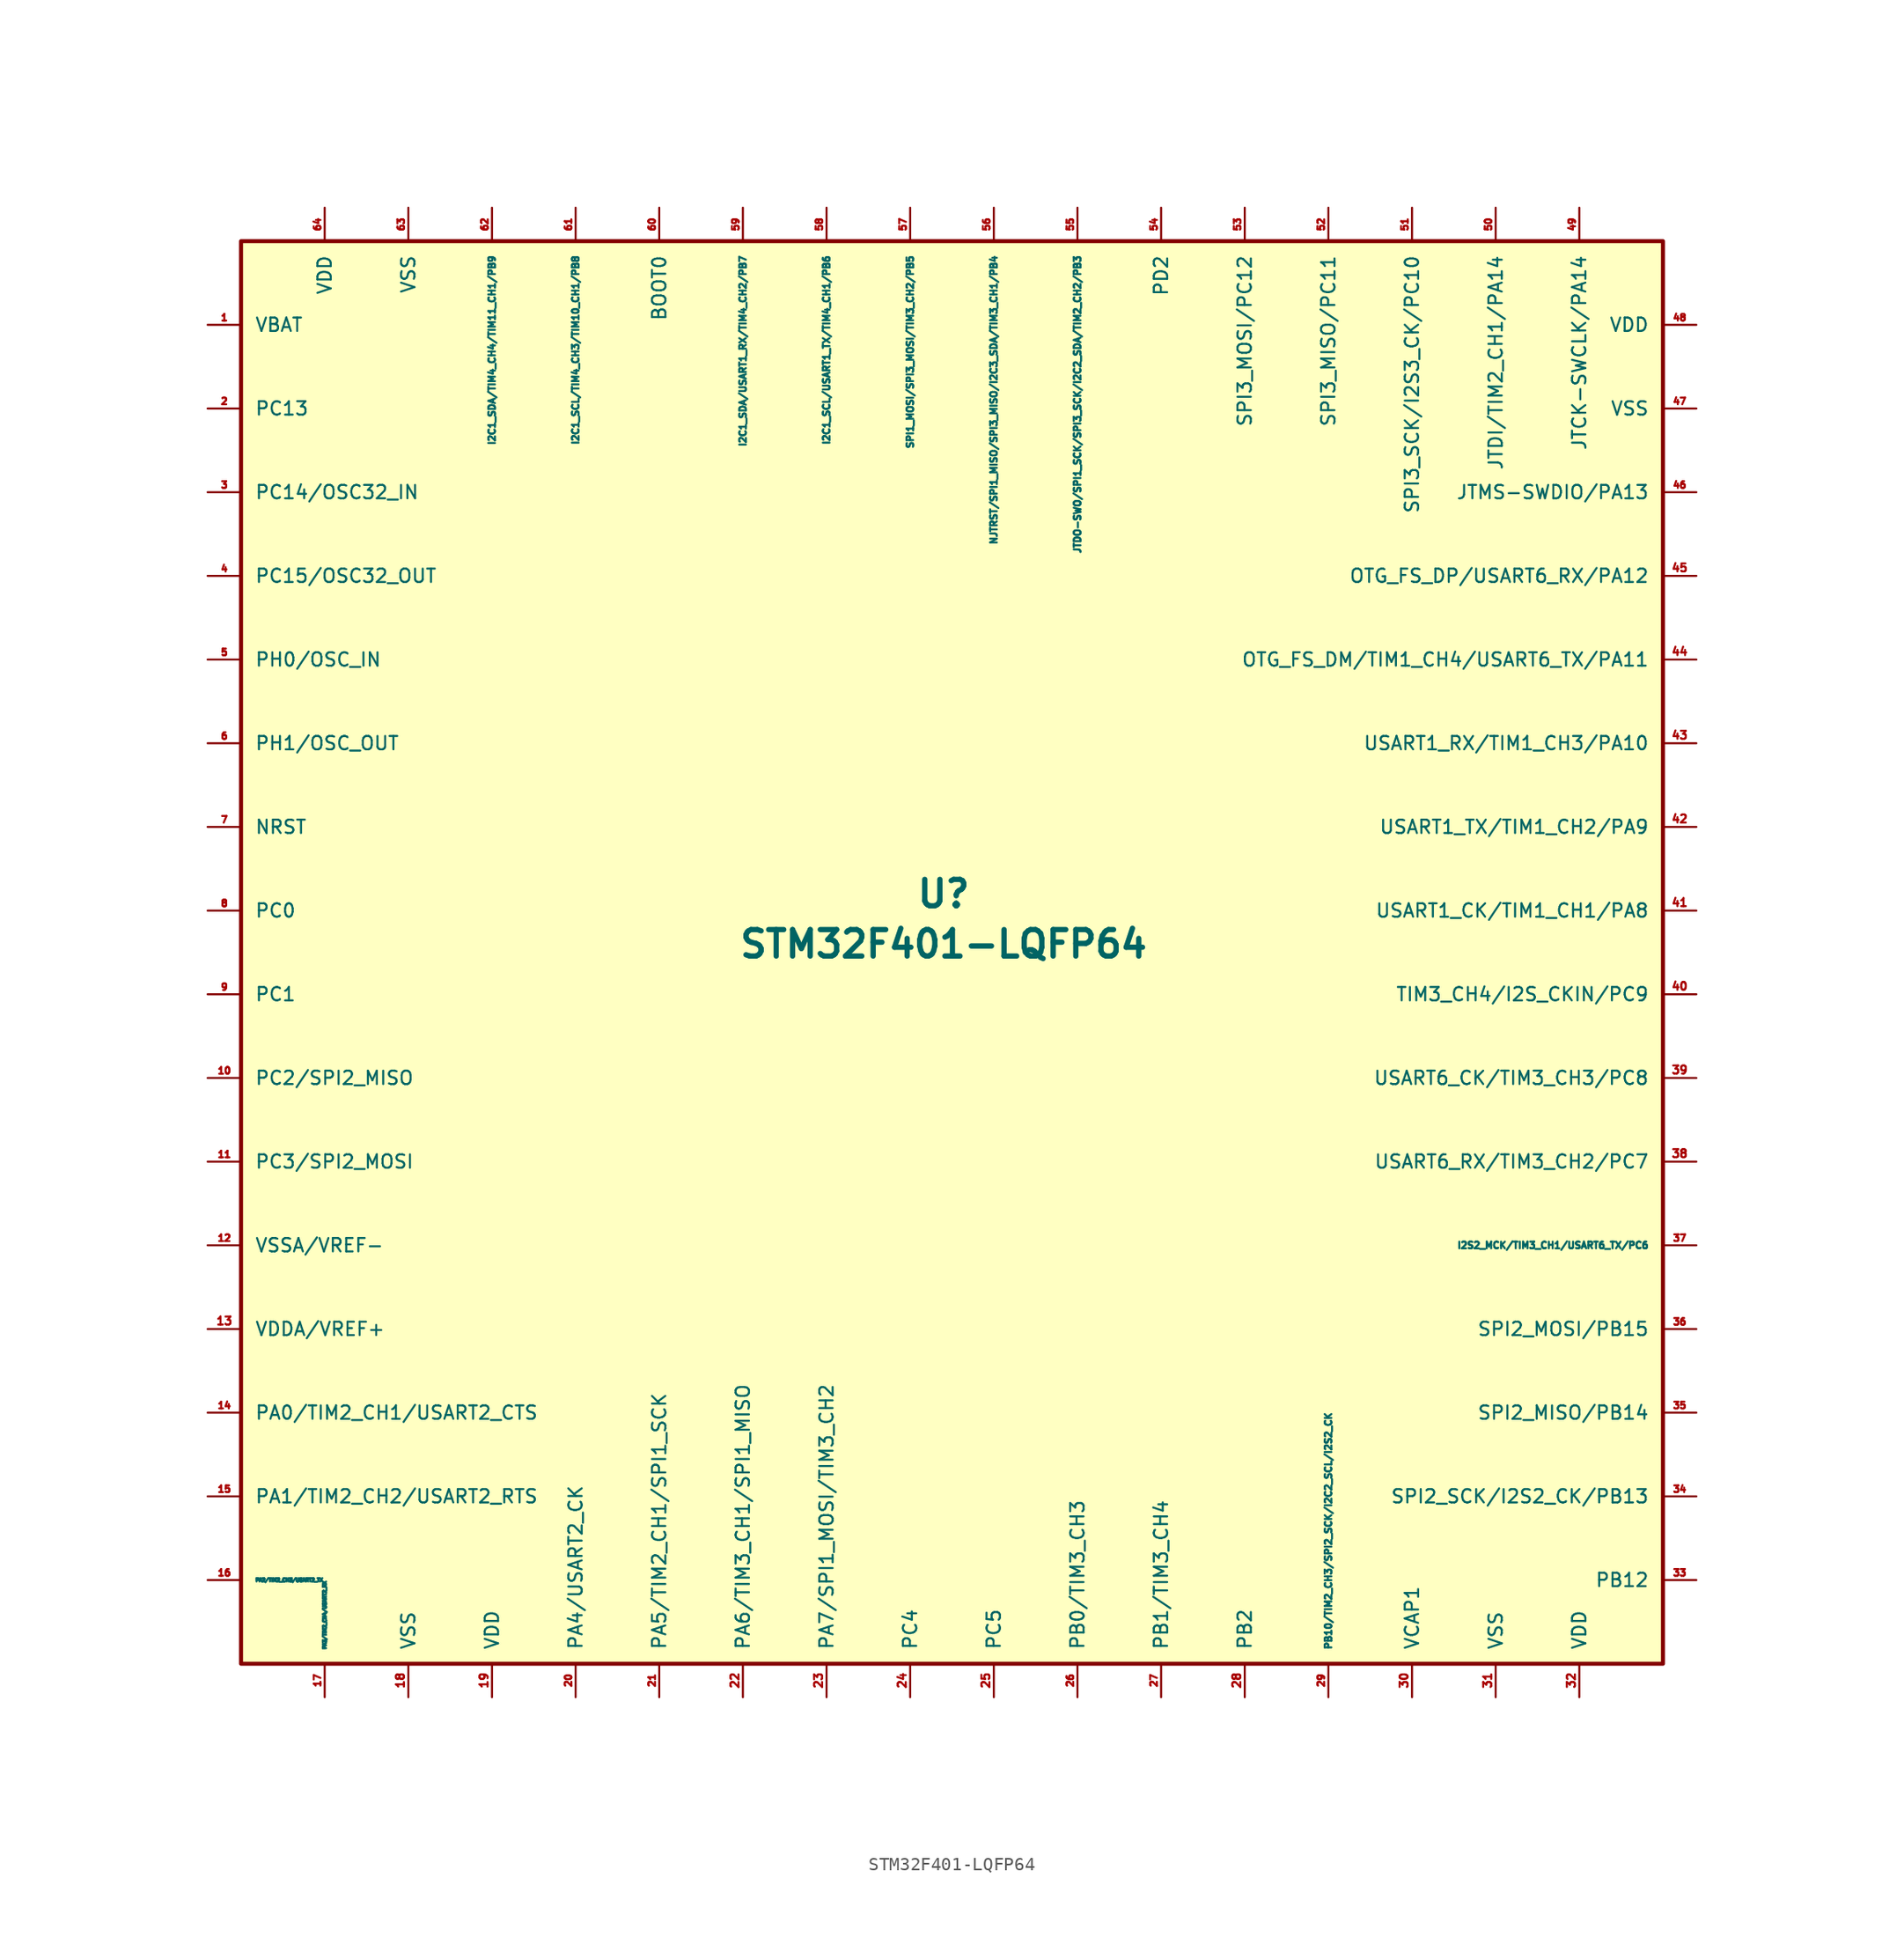
<source format=kicad_sym>
(kicad_symbol_lib
  (version 20201005)
  (generator kicad_symbol_editor)
  (symbol "acheronSymbols:STM32F401-LQFP64"
    (pin_names
      (offset 1.016))
    (property "Reference" "U"
      (at -0.635 4.445 0)
      (effects (font (size 2.007 2.007) bold)))
    (property "Value" "STM32F401-LQFP64"
      (at -0.635 0.635 0)
      (effects (font (size 2.007 2.007) bold)))
    (symbol "STM32F401-LQFP64_0_1"
      (rectangle (start -53.975 53.975) (end 53.975 -53.975) (stroke (width 0.305)) (fill (type background))))
    (symbol "STM32F401-LQFP64_1_1"
      (pin power_in line (at -56.515 47.625 0) (length 2.54) (name "VBAT" (effects (font (size 1.016 1.016)))) (number "1" (effects (font (size 0.508 0.508)))))
      (pin bidirectional line (at -56.515 -9.525 0) (length 2.54) (name "PC2/SPI2_MISO" (effects (font (size 1.016 1.016)))) (number "10" (effects (font (size 0.508 0.508)))) (alternate "PC2/SPI2_MISO" input line))
      (pin bidirectional line (at -56.515 -15.875 0) (length 2.54) (name "PC3/SPI2_MOSI" (effects (font (size 1.016 1.016)))) (number "11" (effects (font (size 0.508 0.508)))))
      (pin bidirectional line (at -56.515 -22.225 0) (length 2.54) (name "VSSA/VREF-" (effects (font (size 1.016 1.016)))) (number "12" (effects (font (size 0.508 0.508)))))
      (pin bidirectional line (at -56.515 -28.575 0) (length 2.54) (name "VDDA/VREF+" (effects (font (size 1.016 1.016)))) (number "13" (effects (font (size 0.61 0.61)))))
      (pin bidirectional line (at -56.515 -34.925 0) (length 2.54) (name "PA0/TIM2_CH1/USART2_CTS" (effects (font (size 1.016 1.016)))) (number "14" (effects (font (size 0.508 0.508)))))
      (pin bidirectional line (at -56.515 -41.275 0) (length 2.54) (name "PA1/TIM2_CH2/USART2_RTS" (effects (font (size 1.016 1.016)))) (number "15" (effects (font (size 0.508 0.508)))))
      (pin bidirectional line (at -56.515 -47.625 0) (length 2.54) (name "PA2/TIM2_CH3/USART2_TX" (effects (font (size 0.254 0.254)))) (number "16" (effects (font (size 0.508 0.508)))))
      (pin bidirectional line (at -47.625 -56.515 90) (length 2.54) (name "PA3/TIM2_CH4/USART2_RX" (effects (font (size 0.254 0.254)))) (number "17" (effects (font (size 0.508 0.508)))))
      (pin power_out line (at -41.275 -56.515 90) (length 2.54) (name "VSS" (effects (font (size 1.016 1.016)))) (number "18" (effects (font (size 0.61 0.61)))))
      (pin power_in line (at -34.925 -56.515 90) (length 2.54) (name "VDD" (effects (font (size 1.016 1.016)))) (number "19" (effects (font (size 0.61 0.61)))))
      (pin bidirectional line (at -56.515 41.275 0) (length 2.54) (name "PC13" (effects (font (size 1.016 1.016)))) (number "2" (effects (font (size 0.508 0.508)))))
      (pin bidirectional line (at -28.575 -56.515 90) (length 2.54) (name "PA4/USART2_CK" (effects (font (size 1.016 1.016)))) (number "20" (effects (font (size 0.508 0.508)))))
      (pin bidirectional line (at -22.225 -56.515 90) (length 2.54) (name "PA5/TIM2_CH1/SPI1_SCK" (effects (font (size 1.016 1.016)))) (number "21" (effects (font (size 0.508 0.508)))))
      (pin bidirectional line (at -15.875 -56.515 90) (length 2.54) (name "PA6/TIM3_CH1/SPI1_MISO" (effects (font (size 1.016 1.016)))) (number "22" (effects (font (size 0.61 0.61)))))
      (pin power_in line (at -9.525 -56.515 90) (length 2.54) (name "PA7/SPI1_MOSI/TIM3_CH2" (effects (font (size 1.016 1.016)))) (number "23" (effects (font (size 0.61 0.61)))))
      (pin power_in line (at -3.175 -56.515 90) (length 2.54) (name "PC4" (effects (font (size 1.016 1.016)))) (number "24" (effects (font (size 0.61 0.61)))))
      (pin bidirectional line (at 3.175 -56.515 90) (length 2.54) (name "PC5" (effects (font (size 1.016 1.016)))) (number "25" (effects (font (size 0.61 0.61)))))
      (pin bidirectional line (at 9.525 -56.515 90) (length 2.54) (name "PB0/TIM3_CH3" (effects (font (size 1.016 1.016)))) (number "26" (effects (font (size 0.508 0.508)))))
      (pin bidirectional line (at 15.875 -56.515 90) (length 2.54) (name "PB1/TIM3_CH4" (effects (font (size 1.016 1.016)))) (number "27" (effects (font (size 0.508 0.508)))))
      (pin bidirectional line (at 22.225 -56.515 90) (length 2.54) (name "PB2" (effects (font (size 1.016 1.016)))) (number "28" (effects (font (size 0.61 0.61)))))
      (pin bidirectional line (at 28.575 -56.515 90) (length 2.54) (name "PB10/TIM2_CH3/SPI2_SCK/I2C2_SCL/I2S2_CK" (effects (font (size 0.508 0.508)))) (number "29" (effects (font (size 0.508 0.508)))))
      (pin bidirectional line (at -56.515 34.925 0) (length 2.54) (name "PC14/OSC32_IN" (effects (font (size 1.016 1.016)))) (number "3" (effects (font (size 0.508 0.508)))))
      (pin bidirectional line (at 34.925 -56.515 90) (length 2.54) (name "VCAP1" (effects (font (size 1.016 1.016)))) (number "30" (effects (font (size 0.61 0.61)))))
      (pin bidirectional line (at 41.275 -56.515 90) (length 2.54) (name "VSS" (effects (font (size 1.016 1.016)))) (number "31" (effects (font (size 0.61 0.61)))))
      (pin bidirectional line (at 47.625 -56.515 90) (length 2.54) (name "VDD" (effects (font (size 1.016 1.016)))) (number "32" (effects (font (size 0.61 0.61)))))
      (pin bidirectional line (at 56.515 -47.625 180) (length 2.54) (name "PB12" (effects (font (size 1.016 1.016)))) (number "33" (effects (font (size 0.508 0.508)))))
      (pin bidirectional line (at 56.515 -41.275 180) (length 2.54) (name "SPI2_SCK/I2S2_CK/PB13" (effects (font (size 1.016 1.016)))) (number "34" (effects (font (size 0.508 0.508)))))
      (pin power_in line (at 56.515 -34.925 180) (length 2.54) (name "SPI2_MISO/PB14" (effects (font (size 1.016 1.016)))) (number "35" (effects (font (size 0.508 0.508)))))
      (pin power_in line (at 56.515 -28.575 180) (length 2.54) (name "SPI2_MOSI/PB15" (effects (font (size 1.016 1.016)))) (number "36" (effects (font (size 0.508 0.508)))))
      (pin bidirectional line (at 56.515 -22.225 180) (length 2.54) (name "I2S2_MCK/TIM3_CH1/USART6_TX/PC6" (effects (font (size 0.508 0.508)))) (number "37" (effects (font (size 0.508 0.508)))))
      (pin bidirectional line (at 56.515 -15.875 180) (length 2.54) (name "USART6_RX/TIM3_CH2/PC7" (effects (font (size 1.016 1.016)))) (number "38" (effects (font (size 0.61 0.61)))))
      (pin bidirectional line (at 56.515 -9.525 180) (length 2.54) (name "USART6_CK/TIM3_CH3/PC8" (effects (font (size 1.016 1.016)))) (number "39" (effects (font (size 0.61 0.61)))))
      (pin bidirectional line (at -56.515 28.575 0) (length 2.54) (name "PC15/OSC32_OUT" (effects (font (size 1.016 1.016)))) (number "4" (effects (font (size 0.508 0.508)))))
      (pin bidirectional line (at 56.515 -3.175 180) (length 2.54) (name "TIM3_CH4/I2S_CKIN/PC9" (effects (font (size 1.016 1.016)))) (number "40" (effects (font (size 0.61 0.61)))))
      (pin bidirectional line (at 56.515 3.175 180) (length 2.54) (name "USART1_CK/TIM1_CH1/PA8" (effects (font (size 1.016 1.016)))) (number "41" (effects (font (size 0.61 0.61)))))
      (pin bidirectional line (at 56.515 9.525 180) (length 2.54) (name "USART1_TX/TIM1_CH2/PA9" (effects (font (size 1.016 1.016)))) (number "42" (effects (font (size 0.61 0.61)))))
      (pin bidirectional line (at 56.515 15.875 180) (length 2.54) (name "USART1_RX/TIM1_CH3/PA10" (effects (font (size 1.016 1.016)))) (number "43" (effects (font (size 0.61 0.61)))))
      (pin output line (at 56.515 22.225 180) (length 2.54) (name "OTG_FS_DM/TIM1_CH4/USART6_TX/PA11" (effects (font (size 1.016 1.016)))) (number "44" (effects (font (size 0.61 0.61)))))
      (pin bidirectional line (at 56.515 28.575 180) (length 2.54) (name "OTG_FS_DP/USART6_RX/PA12" (effects (font (size 1.016 1.016)))) (number "45" (effects (font (size 0.61 0.61)))))
      (pin input line (at 56.515 34.925 180) (length 2.54) (name "JTMS-SWDIO/PA13" (effects (font (size 1.016 1.016)))) (number "46" (effects (font (size 0.508 0.508)))))
      (pin input line (at 56.515 41.275 180) (length 2.54) (name "VSS" (effects (font (size 1.016 1.016)))) (number "47" (effects (font (size 0.508 0.508)))))
      (pin input line (at 56.515 47.625 180) (length 2.54) (name "VDD" (effects (font (size 1.016 1.016)))) (number "48" (effects (font (size 0.508 0.508)))))
      (pin bidirectional line (at 47.625 56.515 270) (length 2.54) (name "JTCK-SWCLK/PA14" (effects (font (size 1.016 1.016)))) (number "49" (effects (font (size 0.508 0.508)))))
      (pin bidirectional line (at -56.515 22.225 0) (length 2.54) (name "PH0/OSC_IN" (effects (font (size 1.016 1.016)))) (number "5" (effects (font (size 0.508 0.508)))))
      (pin bidirectional line (at 41.275 56.515 270) (length 2.54) (name "JTDI/TIM2_CH1/PA14" (effects (font (size 1.016 1.016)))) (number "50" (effects (font (size 0.508 0.508)))))
      (pin power_in line (at 34.925 56.515 270) (length 2.54) (name "SPI3_SCK/I2S3_CK/PC10" (effects (font (size 1.016 1.016)))) (number "51" (effects (font (size 0.508 0.508)))))
      (pin power_in line (at 28.575 56.515 270) (length 2.54) (name "SPI3_MISO/PC11" (effects (font (size 1.016 1.016)))) (number "52" (effects (font (size 0.508 0.508)))))
      (pin bidirectional line (at 22.225 56.515 270) (length 2.54) (name "SPI3_MOSI/PC12" (effects (font (size 1.016 1.016)))) (number "53" (effects (font (size 0.508 0.508)))))
      (pin bidirectional line (at 15.875 56.515 270) (length 2.54) (name "PD2" (effects (font (size 1.016 1.016)))) (number "54" (effects (font (size 0.508 0.508)))))
      (pin bidirectional line (at 9.525 56.515 270) (length 2.54) (name "JTDO-SWO/SPI1_SCK/SPI3_SCK/I2C2_SDA/TIM2_CH2/PB3" (effects (font (size 0.508 0.508)))) (number "55" (effects (font (size 0.508 0.508)))))
      (pin bidirectional line (at 3.175 56.515 270) (length 2.54) (name "NJTRST/SPI1_MISO/SPI3_MISO/I2C3_SDA/TIM3_CH1/PB4" (effects (font (size 0.508 0.508)))) (number "56" (effects (font (size 0.508 0.508)))))
      (pin bidirectional line (at -3.175 56.515 270) (length 2.54) (name "SPI1_MOSI/SPI3_MOSI/TIM3_CH2/PB5" (effects (font (size 0.508 0.508)))) (number "57" (effects (font (size 0.508 0.508)))))
      (pin bidirectional line (at -9.525 56.515 270) (length 2.54) (name "I2C1_SCL/USART1_TX/TIM4_CH1/PB6" (effects (font (size 0.508 0.508)))) (number "58" (effects (font (size 0.508 0.508)))))
      (pin bidirectional line (at -15.875 56.515 270) (length 2.54) (name "I2C1_SDA/USART1_RX/TIM4_CH2/PB7" (effects (font (size 0.508 0.508)))) (number "59" (effects (font (size 0.508 0.508)))))
      (pin bidirectional line (at -56.515 15.875 0) (length 2.54) (name "PH1/OSC_OUT" (effects (font (size 1.016 1.016)))) (number "6" (effects (font (size 0.508 0.508)))))
      (pin output line (at -22.225 56.515 270) (length 2.54) (name "BOOT0" (effects (font (size 1.016 1.016)))) (number "60" (effects (font (size 0.508 0.508)))))
      (pin bidirectional line (at -28.575 56.515 270) (length 2.54) (name "I2C1_SCL/TIM4_CH3/TIM10_CH1/PB8" (effects (font (size 0.508 0.508)))) (number "61" (effects (font (size 0.508 0.508)))))
      (pin input line (at -34.925 56.515 270) (length 2.54) (name "I2C1_SDA/TIM4_CH4/TIM11_CH1/PB9" (effects (font (size 0.508 0.508)))) (number "62" (effects (font (size 0.508 0.508)))))
      (pin input line (at -41.275 56.515 270) (length 2.54) (name "VSS" (effects (font (size 1.016 1.016)))) (number "63" (effects (font (size 0.508 0.508)))))
      (pin input line (at -47.625 56.515 270) (length 2.54) (name "VDD" (effects (font (size 1.016 1.016)))) (number "64" (effects (font (size 0.508 0.508)))))
      (pin input line (at -56.515 9.525 0) (length 2.54) (name "NRST" (effects (font (size 1.016 1.016)))) (number "7" (effects (font (size 0.508 0.508)))))
      (pin power_in line (at -56.515 3.175 0) (length 2.54) (name "PC0" (effects (font (size 1.016 1.016)))) (number "8" (effects (font (size 0.508 0.508)))))
      (pin power_in line (at -56.515 -3.175 0) (length 2.54) (name "PC1" (effects (font (size 1.016 1.016)))) (number "9" (effects (font (size 0.508 0.508))))))))
</source>
